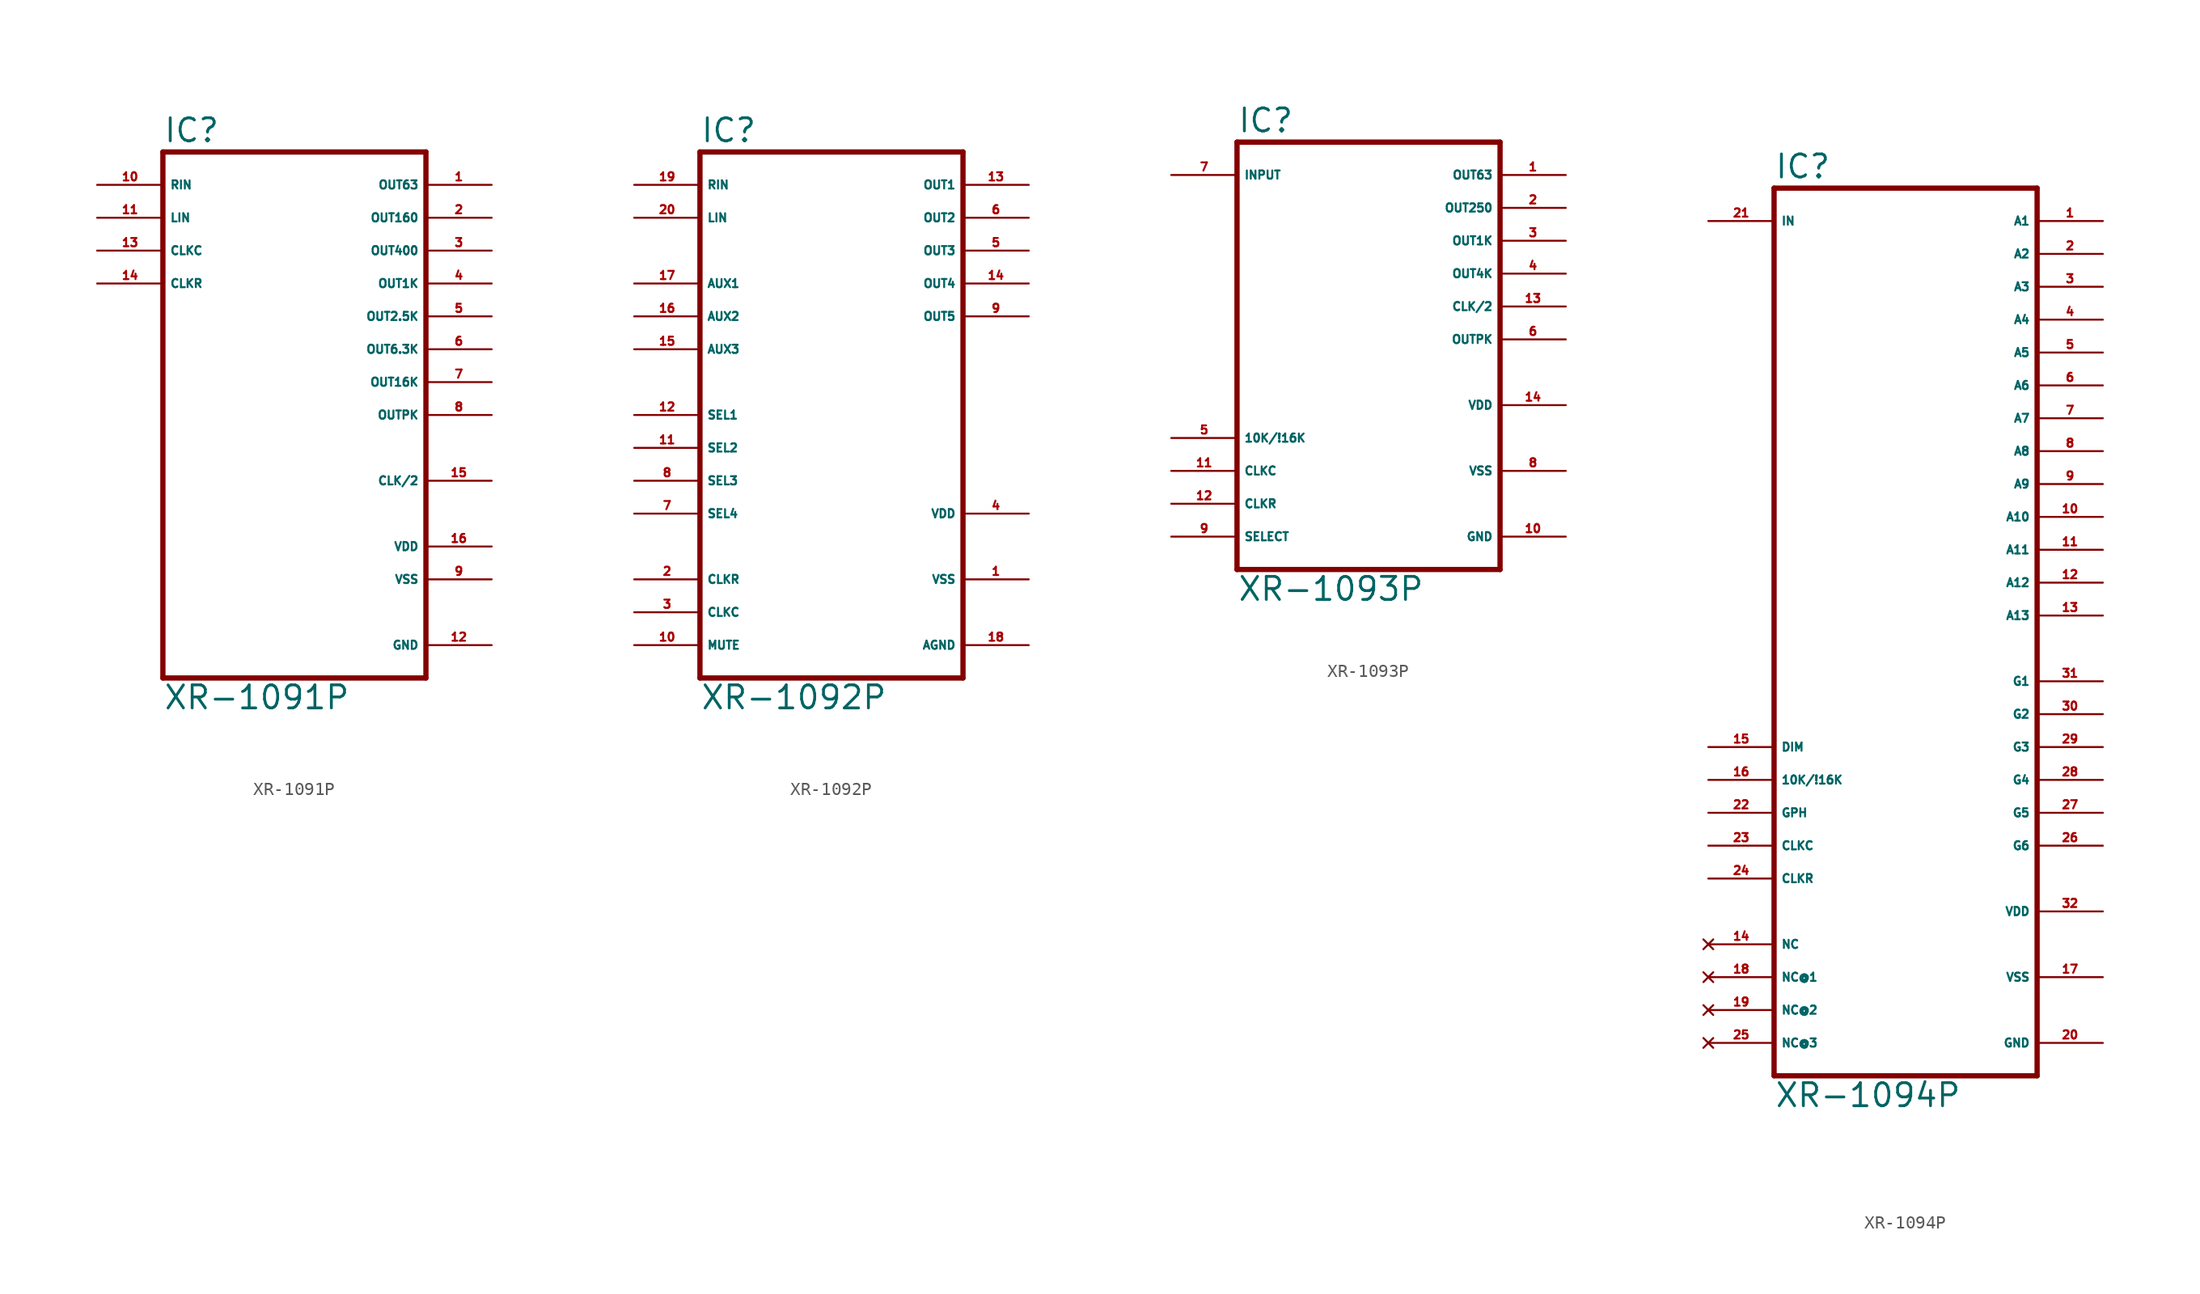
<source format=kicad_sym>
(kicad_symbol_lib
  (version 20220914)
  (generator Eagle2Kicad)
  (symbol "XR-1091P"
    (property "Reference" "IC"
      (at -10.16 20.955 0)
      (effects (font (size 1.778 1.778) (thickness 0.22)) (justify left bottom)))
    (property "Value" "XR-1091P"
      (at -10.16 -22.86 0)
      (effects (font (size 1.778 1.778) (thickness 0.22)) (justify left bottom)))
    (polyline
      (pts (xy 10.16 -20.32) (xy -10.16 -20.32))
      (stroke (width 0.406) (type default))
      (fill (type none)))
    (polyline
      (pts (xy -10.16 -20.32) (xy -10.16 20.32))
      (stroke (width 0.406) (type default))
      (fill (type none)))
    (polyline
      (pts (xy -10.16 20.32) (xy 10.16 20.32))
      (stroke (width 0.406) (type default))
      (fill (type none)))
    (polyline
      (pts (xy 10.16 20.32) (xy 10.16 -20.32))
      (stroke (width 0.406) (type default))
      (fill (type none)))
    (pin output line
      (at 15.24 17.78 180)
      (length 5.08)
      (name "OUT63" (effects (font (size 0.635 0.635) (thickness 0.08)) (justify left bottom)))
      (number "1" (effects (font (size 0.635 0.635) (thickness 0.08)) (justify left bottom))))
    (pin output line
      (at 15.24 15.24 180)
      (length 5.08)
      (name "OUT160" (effects (font (size 0.635 0.635) (thickness 0.08)) (justify left bottom)))
      (number "2" (effects (font (size 0.635 0.635) (thickness 0.08)) (justify left bottom))))
    (pin output line
      (at 15.24 12.7 180)
      (length 5.08)
      (name "OUT400" (effects (font (size 0.635 0.635) (thickness 0.08)) (justify left bottom)))
      (number "3" (effects (font (size 0.635 0.635) (thickness 0.08)) (justify left bottom))))
    (pin output line
      (at 15.24 10.16 180)
      (length 5.08)
      (name "OUT1K" (effects (font (size 0.635 0.635) (thickness 0.08)) (justify left bottom)))
      (number "4" (effects (font (size 0.635 0.635) (thickness 0.08)) (justify left bottom))))
    (pin output line
      (at 15.24 7.62 180)
      (length 5.08)
      (name "OUT2.5K" (effects (font (size 0.635 0.635) (thickness 0.08)) (justify left bottom)))
      (number "5" (effects (font (size 0.635 0.635) (thickness 0.08)) (justify left bottom))))
    (pin output line
      (at 15.24 5.08 180)
      (length 5.08)
      (name "OUT6.3K" (effects (font (size 0.635 0.635) (thickness 0.08)) (justify left bottom)))
      (number "6" (effects (font (size 0.635 0.635) (thickness 0.08)) (justify left bottom))))
    (pin output line
      (at 15.24 2.54 180)
      (length 5.08)
      (name "OUT16K" (effects (font (size 0.635 0.635) (thickness 0.08)) (justify left bottom)))
      (number "7" (effects (font (size 0.635 0.635) (thickness 0.08)) (justify left bottom))))
    (pin output line
      (at 15.24 0 180)
      (length 5.08)
      (name "OUTPK" (effects (font (size 0.635 0.635) (thickness 0.08)) (justify left bottom)))
      (number "8" (effects (font (size 0.635 0.635) (thickness 0.08)) (justify left bottom))))
    (pin output line
      (at 15.24 -5.08 180)
      (length 5.08)
      (name "CLK/2" (effects (font (size 0.635 0.635) (thickness 0.08)) (justify left bottom)))
      (number "15" (effects (font (size 0.635 0.635) (thickness 0.08)) (justify left bottom))))
    (pin input line
      (at -15.24 17.78 0)
      (length 5.08)
      (name "RIN" (effects (font (size 0.635 0.635) (thickness 0.08)) (justify left bottom)))
      (number "10" (effects (font (size 0.635 0.635) (thickness 0.08)) (justify left bottom))))
    (pin input line
      (at -15.24 15.24 0)
      (length 5.08)
      (name "LIN" (effects (font (size 0.635 0.635) (thickness 0.08)) (justify left bottom)))
      (number "11" (effects (font (size 0.635 0.635) (thickness 0.08)) (justify left bottom))))
    (pin input line
      (at -15.24 12.7 0)
      (length 5.08)
      (name "CLKC" (effects (font (size 0.635 0.635) (thickness 0.08)) (justify left bottom)))
      (number "13" (effects (font (size 0.635 0.635) (thickness 0.08)) (justify left bottom))))
    (pin input line
      (at -15.24 10.16 0)
      (length 5.08)
      (name "CLKR" (effects (font (size 0.635 0.635) (thickness 0.08)) (justify left bottom)))
      (number "14" (effects (font (size 0.635 0.635) (thickness 0.08)) (justify left bottom))))
    (pin unspecified line
      (at 15.24 -10.16 180)
      (length 5.08)
      (name "VDD" (effects (font (size 0.635 0.635) (thickness 0.08)) (justify left bottom)))
      (number "16" (effects (font (size 0.635 0.635) (thickness 0.08)) (justify left bottom))))
    (pin unspecified line
      (at 15.24 -12.7 180)
      (length 5.08)
      (name "VSS" (effects (font (size 0.635 0.635) (thickness 0.08)) (justify left bottom)))
      (number "9" (effects (font (size 0.635 0.635) (thickness 0.08)) (justify left bottom))))
    (pin unspecified line
      (at 15.24 -17.78 180)
      (length 5.08)
      (name "GND" (effects (font (size 0.635 0.635) (thickness 0.08)) (justify left bottom)))
      (number "12" (effects (font (size 0.635 0.635) (thickness 0.08)) (justify left bottom)))))
  (symbol "XR-1092P"
    (property "Reference" "IC"
      (at -10.16 20.955 0)
      (effects (font (size 1.778 1.778) (thickness 0.22)) (justify left bottom)))
    (property "Value" "XR-1092P"
      (at -10.16 -22.86 0)
      (effects (font (size 1.778 1.778) (thickness 0.22)) (justify left bottom)))
    (polyline
      (pts (xy -10.16 -20.32) (xy 10.16 -20.32))
      (stroke (width 0.406) (type default))
      (fill (type none)))
    (polyline
      (pts (xy 10.16 -20.32) (xy 10.16 20.32))
      (stroke (width 0.406) (type default))
      (fill (type none)))
    (polyline
      (pts (xy 10.16 20.32) (xy -10.16 20.32))
      (stroke (width 0.406) (type default))
      (fill (type none)))
    (polyline
      (pts (xy -10.16 20.32) (xy -10.16 -20.32))
      (stroke (width 0.406) (type default))
      (fill (type none)))
    (pin output line
      (at 15.24 17.78 180)
      (length 5.08)
      (name "OUT1" (effects (font (size 0.635 0.635) (thickness 0.08)) (justify left bottom)))
      (number "13" (effects (font (size 0.635 0.635) (thickness 0.08)) (justify left bottom))))
    (pin output line
      (at 15.24 15.24 180)
      (length 5.08)
      (name "OUT2" (effects (font (size 0.635 0.635) (thickness 0.08)) (justify left bottom)))
      (number "6" (effects (font (size 0.635 0.635) (thickness 0.08)) (justify left bottom))))
    (pin output line
      (at 15.24 12.7 180)
      (length 5.08)
      (name "OUT3" (effects (font (size 0.635 0.635) (thickness 0.08)) (justify left bottom)))
      (number "5" (effects (font (size 0.635 0.635) (thickness 0.08)) (justify left bottom))))
    (pin output line
      (at 15.24 10.16 180)
      (length 5.08)
      (name "OUT4" (effects (font (size 0.635 0.635) (thickness 0.08)) (justify left bottom)))
      (number "14" (effects (font (size 0.635 0.635) (thickness 0.08)) (justify left bottom))))
    (pin output line
      (at 15.24 7.62 180)
      (length 5.08)
      (name "OUT5" (effects (font (size 0.635 0.635) (thickness 0.08)) (justify left bottom)))
      (number "9" (effects (font (size 0.635 0.635) (thickness 0.08)) (justify left bottom))))
    (pin input line
      (at -15.24 17.78 0)
      (length 5.08)
      (name "RIN" (effects (font (size 0.635 0.635) (thickness 0.08)) (justify left bottom)))
      (number "19" (effects (font (size 0.635 0.635) (thickness 0.08)) (justify left bottom))))
    (pin input line
      (at -15.24 15.24 0)
      (length 5.08)
      (name "LIN" (effects (font (size 0.635 0.635) (thickness 0.08)) (justify left bottom)))
      (number "20" (effects (font (size 0.635 0.635) (thickness 0.08)) (justify left bottom))))
    (pin input line
      (at -15.24 10.16 0)
      (length 5.08)
      (name "AUX1" (effects (font (size 0.635 0.635) (thickness 0.08)) (justify left bottom)))
      (number "17" (effects (font (size 0.635 0.635) (thickness 0.08)) (justify left bottom))))
    (pin input line
      (at -15.24 7.62 0)
      (length 5.08)
      (name "AUX2" (effects (font (size 0.635 0.635) (thickness 0.08)) (justify left bottom)))
      (number "16" (effects (font (size 0.635 0.635) (thickness 0.08)) (justify left bottom))))
    (pin input line
      (at -15.24 5.08 0)
      (length 5.08)
      (name "AUX3" (effects (font (size 0.635 0.635) (thickness 0.08)) (justify left bottom)))
      (number "15" (effects (font (size 0.635 0.635) (thickness 0.08)) (justify left bottom))))
    (pin input line
      (at -15.24 0 0)
      (length 5.08)
      (name "SEL1" (effects (font (size 0.635 0.635) (thickness 0.08)) (justify left bottom)))
      (number "12" (effects (font (size 0.635 0.635) (thickness 0.08)) (justify left bottom))))
    (pin input line
      (at -15.24 -2.54 0)
      (length 5.08)
      (name "SEL2" (effects (font (size 0.635 0.635) (thickness 0.08)) (justify left bottom)))
      (number "11" (effects (font (size 0.635 0.635) (thickness 0.08)) (justify left bottom))))
    (pin input line
      (at -15.24 -5.08 0)
      (length 5.08)
      (name "SEL3" (effects (font (size 0.635 0.635) (thickness 0.08)) (justify left bottom)))
      (number "8" (effects (font (size 0.635 0.635) (thickness 0.08)) (justify left bottom))))
    (pin input line
      (at -15.24 -7.62 0)
      (length 5.08)
      (name "SEL4" (effects (font (size 0.635 0.635) (thickness 0.08)) (justify left bottom)))
      (number "7" (effects (font (size 0.635 0.635) (thickness 0.08)) (justify left bottom))))
    (pin input line
      (at -15.24 -12.7 0)
      (length 5.08)
      (name "CLKR" (effects (font (size 0.635 0.635) (thickness 0.08)) (justify left bottom)))
      (number "2" (effects (font (size 0.635 0.635) (thickness 0.08)) (justify left bottom))))
    (pin input line
      (at -15.24 -15.24 0)
      (length 5.08)
      (name "CLKC" (effects (font (size 0.635 0.635) (thickness 0.08)) (justify left bottom)))
      (number "3" (effects (font (size 0.635 0.635) (thickness 0.08)) (justify left bottom))))
    (pin input line
      (at -15.24 -17.78 0)
      (length 5.08)
      (name "MUTE" (effects (font (size 0.635 0.635) (thickness 0.08)) (justify left bottom)))
      (number "10" (effects (font (size 0.635 0.635) (thickness 0.08)) (justify left bottom))))
    (pin unspecified line
      (at 15.24 -12.7 180)
      (length 5.08)
      (name "VSS" (effects (font (size 0.635 0.635) (thickness 0.08)) (justify left bottom)))
      (number "1" (effects (font (size 0.635 0.635) (thickness 0.08)) (justify left bottom))))
    (pin unspecified line
      (at 15.24 -7.62 180)
      (length 5.08)
      (name "VDD" (effects (font (size 0.635 0.635) (thickness 0.08)) (justify left bottom)))
      (number "4" (effects (font (size 0.635 0.635) (thickness 0.08)) (justify left bottom))))
    (pin unspecified line
      (at 15.24 -17.78 180)
      (length 5.08)
      (name "AGND" (effects (font (size 0.635 0.635) (thickness 0.08)) (justify left bottom)))
      (number "18" (effects (font (size 0.635 0.635) (thickness 0.08)) (justify left bottom)))))
  (symbol "XR-1093P"
    (property "Reference" "IC"
      (at -10.16 18.415 0)
      (effects (font (size 1.778 1.778) (thickness 0.22)) (justify left bottom)))
    (property "Value" "XR-1093P"
      (at -10.16 -17.78 0)
      (effects (font (size 1.778 1.778) (thickness 0.22)) (justify left bottom)))
    (polyline
      (pts (xy -10.16 -15.24) (xy 10.16 -15.24))
      (stroke (width 0.406) (type default))
      (fill (type none)))
    (polyline
      (pts (xy 10.16 -15.24) (xy 10.16 17.78))
      (stroke (width 0.406) (type default))
      (fill (type none)))
    (polyline
      (pts (xy 10.16 17.78) (xy -10.16 17.78))
      (stroke (width 0.406) (type default))
      (fill (type none)))
    (polyline
      (pts (xy -10.16 17.78) (xy -10.16 -15.24))
      (stroke (width 0.406) (type default))
      (fill (type none)))
    (pin output line
      (at 15.24 15.24 180)
      (length 5.08)
      (name "OUT63" (effects (font (size 0.635 0.635) (thickness 0.08)) (justify left bottom)))
      (number "1" (effects (font (size 0.635 0.635) (thickness 0.08)) (justify left bottom))))
    (pin output line
      (at 15.24 12.7 180)
      (length 5.08)
      (name "OUT250" (effects (font (size 0.635 0.635) (thickness 0.08)) (justify left bottom)))
      (number "2" (effects (font (size 0.635 0.635) (thickness 0.08)) (justify left bottom))))
    (pin output line
      (at 15.24 10.16 180)
      (length 5.08)
      (name "OUT1K" (effects (font (size 0.635 0.635) (thickness 0.08)) (justify left bottom)))
      (number "3" (effects (font (size 0.635 0.635) (thickness 0.08)) (justify left bottom))))
    (pin output line
      (at 15.24 7.62 180)
      (length 5.08)
      (name "OUT4K" (effects (font (size 0.635 0.635) (thickness 0.08)) (justify left bottom)))
      (number "4" (effects (font (size 0.635 0.635) (thickness 0.08)) (justify left bottom))))
    (pin output line
      (at 15.24 5.08 180)
      (length 5.08)
      (name "CLK/2" (effects (font (size 0.635 0.635) (thickness 0.08)) (justify left bottom)))
      (number "13" (effects (font (size 0.635 0.635) (thickness 0.08)) (justify left bottom))))
    (pin output line
      (at 15.24 2.54 180)
      (length 5.08)
      (name "OUTPK" (effects (font (size 0.635 0.635) (thickness 0.08)) (justify left bottom)))
      (number "6" (effects (font (size 0.635 0.635) (thickness 0.08)) (justify left bottom))))
    (pin input line
      (at -15.24 15.24 0)
      (length 5.08)
      (name "INPUT" (effects (font (size 0.635 0.635) (thickness 0.08)) (justify left bottom)))
      (number "7" (effects (font (size 0.635 0.635) (thickness 0.08)) (justify left bottom))))
    (pin input line
      (at -15.24 -5.08 0)
      (length 5.08)
      (name "10K/!16K" (effects (font (size 0.635 0.635) (thickness 0.08)) (justify left bottom)))
      (number "5" (effects (font (size 0.635 0.635) (thickness 0.08)) (justify left bottom))))
    (pin input line
      (at -15.24 -7.62 0)
      (length 5.08)
      (name "CLKC" (effects (font (size 0.635 0.635) (thickness 0.08)) (justify left bottom)))
      (number "11" (effects (font (size 0.635 0.635) (thickness 0.08)) (justify left bottom))))
    (pin input line
      (at -15.24 -10.16 0)
      (length 5.08)
      (name "CLKR" (effects (font (size 0.635 0.635) (thickness 0.08)) (justify left bottom)))
      (number "12" (effects (font (size 0.635 0.635) (thickness 0.08)) (justify left bottom))))
    (pin input line
      (at -15.24 -12.7 0)
      (length 5.08)
      (name "SELECT" (effects (font (size 0.635 0.635) (thickness 0.08)) (justify left bottom)))
      (number "9" (effects (font (size 0.635 0.635) (thickness 0.08)) (justify left bottom))))
    (pin unspecified line
      (at 15.24 -2.54 180)
      (length 5.08)
      (name "VDD" (effects (font (size 0.635 0.635) (thickness 0.08)) (justify left bottom)))
      (number "14" (effects (font (size 0.635 0.635) (thickness 0.08)) (justify left bottom))))
    (pin unspecified line
      (at 15.24 -7.62 180)
      (length 5.08)
      (name "VSS" (effects (font (size 0.635 0.635) (thickness 0.08)) (justify left bottom)))
      (number "8" (effects (font (size 0.635 0.635) (thickness 0.08)) (justify left bottom))))
    (pin unspecified line
      (at 15.24 -12.7 180)
      (length 5.08)
      (name "GND" (effects (font (size 0.635 0.635) (thickness 0.08)) (justify left bottom)))
      (number "10" (effects (font (size 0.635 0.635) (thickness 0.08)) (justify left bottom)))))
  (symbol "XR-1094P"
    (property "Reference" "IC"
      (at -10.16 36.195 0)
      (effects (font (size 1.778 1.778) (thickness 0.22)) (justify left bottom)))
    (property "Value" "XR-1094P"
      (at -10.16 -35.56 0)
      (effects (font (size 1.778 1.778) (thickness 0.22)) (justify left bottom)))
    (polyline
      (pts (xy 10.16 -33.02) (xy -10.16 -33.02))
      (stroke (width 0.406) (type default))
      (fill (type none)))
    (polyline
      (pts (xy -10.16 -33.02) (xy -10.16 35.56))
      (stroke (width 0.406) (type default))
      (fill (type none)))
    (polyline
      (pts (xy -10.16 35.56) (xy 10.16 35.56))
      (stroke (width 0.406) (type default))
      (fill (type none)))
    (polyline
      (pts (xy 10.16 35.56) (xy 10.16 -33.02))
      (stroke (width 0.406) (type default))
      (fill (type none)))
    (pin output line
      (at 15.24 33.02 180)
      (length 5.08)
      (name "A1" (effects (font (size 0.635 0.635) (thickness 0.08)) (justify left bottom)))
      (number "1" (effects (font (size 0.635 0.635) (thickness 0.08)) (justify left bottom))))
    (pin output line
      (at 15.24 30.48 180)
      (length 5.08)
      (name "A2" (effects (font (size 0.635 0.635) (thickness 0.08)) (justify left bottom)))
      (number "2" (effects (font (size 0.635 0.635) (thickness 0.08)) (justify left bottom))))
    (pin output line
      (at 15.24 27.94 180)
      (length 5.08)
      (name "A3" (effects (font (size 0.635 0.635) (thickness 0.08)) (justify left bottom)))
      (number "3" (effects (font (size 0.635 0.635) (thickness 0.08)) (justify left bottom))))
    (pin output line
      (at 15.24 25.4 180)
      (length 5.08)
      (name "A4" (effects (font (size 0.635 0.635) (thickness 0.08)) (justify left bottom)))
      (number "4" (effects (font (size 0.635 0.635) (thickness 0.08)) (justify left bottom))))
    (pin output line
      (at 15.24 22.86 180)
      (length 5.08)
      (name "A5" (effects (font (size 0.635 0.635) (thickness 0.08)) (justify left bottom)))
      (number "5" (effects (font (size 0.635 0.635) (thickness 0.08)) (justify left bottom))))
    (pin output line
      (at 15.24 20.32 180)
      (length 5.08)
      (name "A6" (effects (font (size 0.635 0.635) (thickness 0.08)) (justify left bottom)))
      (number "6" (effects (font (size 0.635 0.635) (thickness 0.08)) (justify left bottom))))
    (pin output line
      (at 15.24 17.78 180)
      (length 5.08)
      (name "A7" (effects (font (size 0.635 0.635) (thickness 0.08)) (justify left bottom)))
      (number "7" (effects (font (size 0.635 0.635) (thickness 0.08)) (justify left bottom))))
    (pin output line
      (at 15.24 15.24 180)
      (length 5.08)
      (name "A8" (effects (font (size 0.635 0.635) (thickness 0.08)) (justify left bottom)))
      (number "8" (effects (font (size 0.635 0.635) (thickness 0.08)) (justify left bottom))))
    (pin output line
      (at 15.24 12.7 180)
      (length 5.08)
      (name "A9" (effects (font (size 0.635 0.635) (thickness 0.08)) (justify left bottom)))
      (number "9" (effects (font (size 0.635 0.635) (thickness 0.08)) (justify left bottom))))
    (pin output line
      (at 15.24 10.16 180)
      (length 5.08)
      (name "A10" (effects (font (size 0.635 0.635) (thickness 0.08)) (justify left bottom)))
      (number "10" (effects (font (size 0.635 0.635) (thickness 0.08)) (justify left bottom))))
    (pin output line
      (at 15.24 7.62 180)
      (length 5.08)
      (name "A11" (effects (font (size 0.635 0.635) (thickness 0.08)) (justify left bottom)))
      (number "11" (effects (font (size 0.635 0.635) (thickness 0.08)) (justify left bottom))))
    (pin output line
      (at 15.24 5.08 180)
      (length 5.08)
      (name "A12" (effects (font (size 0.635 0.635) (thickness 0.08)) (justify left bottom)))
      (number "12" (effects (font (size 0.635 0.635) (thickness 0.08)) (justify left bottom))))
    (pin output line
      (at 15.24 2.54 180)
      (length 5.08)
      (name "A13" (effects (font (size 0.635 0.635) (thickness 0.08)) (justify left bottom)))
      (number "13" (effects (font (size 0.635 0.635) (thickness 0.08)) (justify left bottom))))
    (pin output line
      (at 15.24 -15.24 180)
      (length 5.08)
      (name "G6" (effects (font (size 0.635 0.635) (thickness 0.08)) (justify left bottom)))
      (number "26" (effects (font (size 0.635 0.635) (thickness 0.08)) (justify left bottom))))
    (pin output line
      (at 15.24 -2.54 180)
      (length 5.08)
      (name "G1" (effects (font (size 0.635 0.635) (thickness 0.08)) (justify left bottom)))
      (number "31" (effects (font (size 0.635 0.635) (thickness 0.08)) (justify left bottom))))
    (pin output line
      (at 15.24 -5.08 180)
      (length 5.08)
      (name "G2" (effects (font (size 0.635 0.635) (thickness 0.08)) (justify left bottom)))
      (number "30" (effects (font (size 0.635 0.635) (thickness 0.08)) (justify left bottom))))
    (pin output line
      (at 15.24 -7.62 180)
      (length 5.08)
      (name "G3" (effects (font (size 0.635 0.635) (thickness 0.08)) (justify left bottom)))
      (number "29" (effects (font (size 0.635 0.635) (thickness 0.08)) (justify left bottom))))
    (pin output line
      (at 15.24 -10.16 180)
      (length 5.08)
      (name "G4" (effects (font (size 0.635 0.635) (thickness 0.08)) (justify left bottom)))
      (number "28" (effects (font (size 0.635 0.635) (thickness 0.08)) (justify left bottom))))
    (pin output line
      (at 15.24 -12.7 180)
      (length 5.08)
      (name "G5" (effects (font (size 0.635 0.635) (thickness 0.08)) (justify left bottom)))
      (number "27" (effects (font (size 0.635 0.635) (thickness 0.08)) (justify left bottom))))
    (pin input line
      (at -15.24 33.02 0)
      (length 5.08)
      (name "IN" (effects (font (size 0.635 0.635) (thickness 0.08)) (justify left bottom)))
      (number "21" (effects (font (size 0.635 0.635) (thickness 0.08)) (justify left bottom))))
    (pin input line
      (at -15.24 -7.62 0)
      (length 5.08)
      (name "DIM" (effects (font (size 0.635 0.635) (thickness 0.08)) (justify left bottom)))
      (number "15" (effects (font (size 0.635 0.635) (thickness 0.08)) (justify left bottom))))
    (pin input line
      (at -15.24 -10.16 0)
      (length 5.08)
      (name "10K/!16K" (effects (font (size 0.635 0.635) (thickness 0.08)) (justify left bottom)))
      (number "16" (effects (font (size 0.635 0.635) (thickness 0.08)) (justify left bottom))))
    (pin input line
      (at -15.24 -12.7 0)
      (length 5.08)
      (name "GPH" (effects (font (size 0.635 0.635) (thickness 0.08)) (justify left bottom)))
      (number "22" (effects (font (size 0.635 0.635) (thickness 0.08)) (justify left bottom))))
    (pin input line
      (at -15.24 -15.24 0)
      (length 5.08)
      (name "CLKC" (effects (font (size 0.635 0.635) (thickness 0.08)) (justify left bottom)))
      (number "23" (effects (font (size 0.635 0.635) (thickness 0.08)) (justify left bottom))))
    (pin input line
      (at -15.24 -17.78 0)
      (length 5.08)
      (name "CLKR" (effects (font (size 0.635 0.635) (thickness 0.08)) (justify left bottom)))
      (number "24" (effects (font (size 0.635 0.635) (thickness 0.08)) (justify left bottom))))
    (pin unspecified line
      (at 15.24 -20.32 180)
      (length 5.08)
      (name "VDD" (effects (font (size 0.635 0.635) (thickness 0.08)) (justify left bottom)))
      (number "32" (effects (font (size 0.635 0.635) (thickness 0.08)) (justify left bottom))))
    (pin unspecified line
      (at 15.24 -25.4 180)
      (length 5.08)
      (name "VSS" (effects (font (size 0.635 0.635) (thickness 0.08)) (justify left bottom)))
      (number "17" (effects (font (size 0.635 0.635) (thickness 0.08)) (justify left bottom))))
    (pin unspecified line
      (at 15.24 -30.48 180)
      (length 5.08)
      (name "GND" (effects (font (size 0.635 0.635) (thickness 0.08)) (justify left bottom)))
      (number "20" (effects (font (size 0.635 0.635) (thickness 0.08)) (justify left bottom))))
    (pin no_connect line
      (at -15.24 -22.86 0)
      (length 5.08)
      (name "NC" (effects (font (size 0.635 0.635) (thickness 0.08)) (justify left bottom) hide))
      (number "14" (effects (font (size 0.635 0.635) (thickness 0.08)) (justify left bottom) hide)))
    (pin no_connect line
      (at -15.24 -25.4 0)
      (length 5.08)
      (name "NC@1" (effects (font (size 0.635 0.635) (thickness 0.08)) (justify left bottom) hide))
      (number "18" (effects (font (size 0.635 0.635) (thickness 0.08)) (justify left bottom) hide)))
    (pin no_connect line
      (at -15.24 -27.94 0)
      (length 5.08)
      (name "NC@2" (effects (font (size 0.635 0.635) (thickness 0.08)) (justify left bottom) hide))
      (number "19" (effects (font (size 0.635 0.635) (thickness 0.08)) (justify left bottom) hide)))
    (pin no_connect line
      (at -15.24 -30.48 0)
      (length 5.08)
      (name "NC@3" (effects (font (size 0.635 0.635) (thickness 0.08)) (justify left bottom) hide))
      (number "25" (effects (font (size 0.635 0.635) (thickness 0.08)) (justify left bottom) hide)))))
</source>
